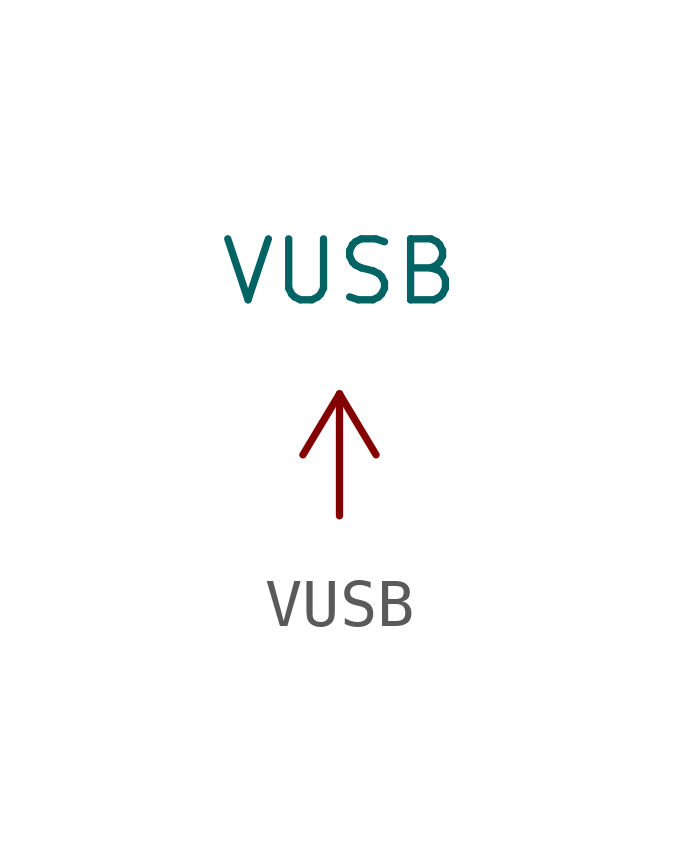
<source format=kicad_sym>
(kicad_symbol_lib
  (version 20220914)
  (generator kicad_symbol_editor)
  (symbol "VUSB"
    (power)
    (property "Reference" "#PWR"
      (at 6.35 -8.89 0)
      (do_not_autoplace)
      (effects (font (size 1.27 1.27)) hide))
    (property "Value" "VUSB"
      (at 6.35 -1.27 0)
      (effects (font (size 1.27 1.27))))
    (symbol "VUSB_0_1"
      (polyline (pts (xy 5.588 -5.08) (xy 6.35 -3.81)) (stroke (width 0) (type default)) (fill (type none)))
      (polyline (pts (xy 6.35 -6.35) (xy 6.35 -3.81)) (stroke (width 0) (type default)) (fill (type none)))
      (polyline (pts (xy 6.35 -3.81) (xy 7.112 -5.08)) (stroke (width 0) (type default)) (fill (type none))))
    (symbol "VUSB_1_1"
      (pin power_in line (at 6.35 -6.35 90) (length 0) hide (name "VUSB" (effects (font (size 1.27 1.27)))) (number "1" (effects (font (size 1.27 1.27))))))))
</source>
